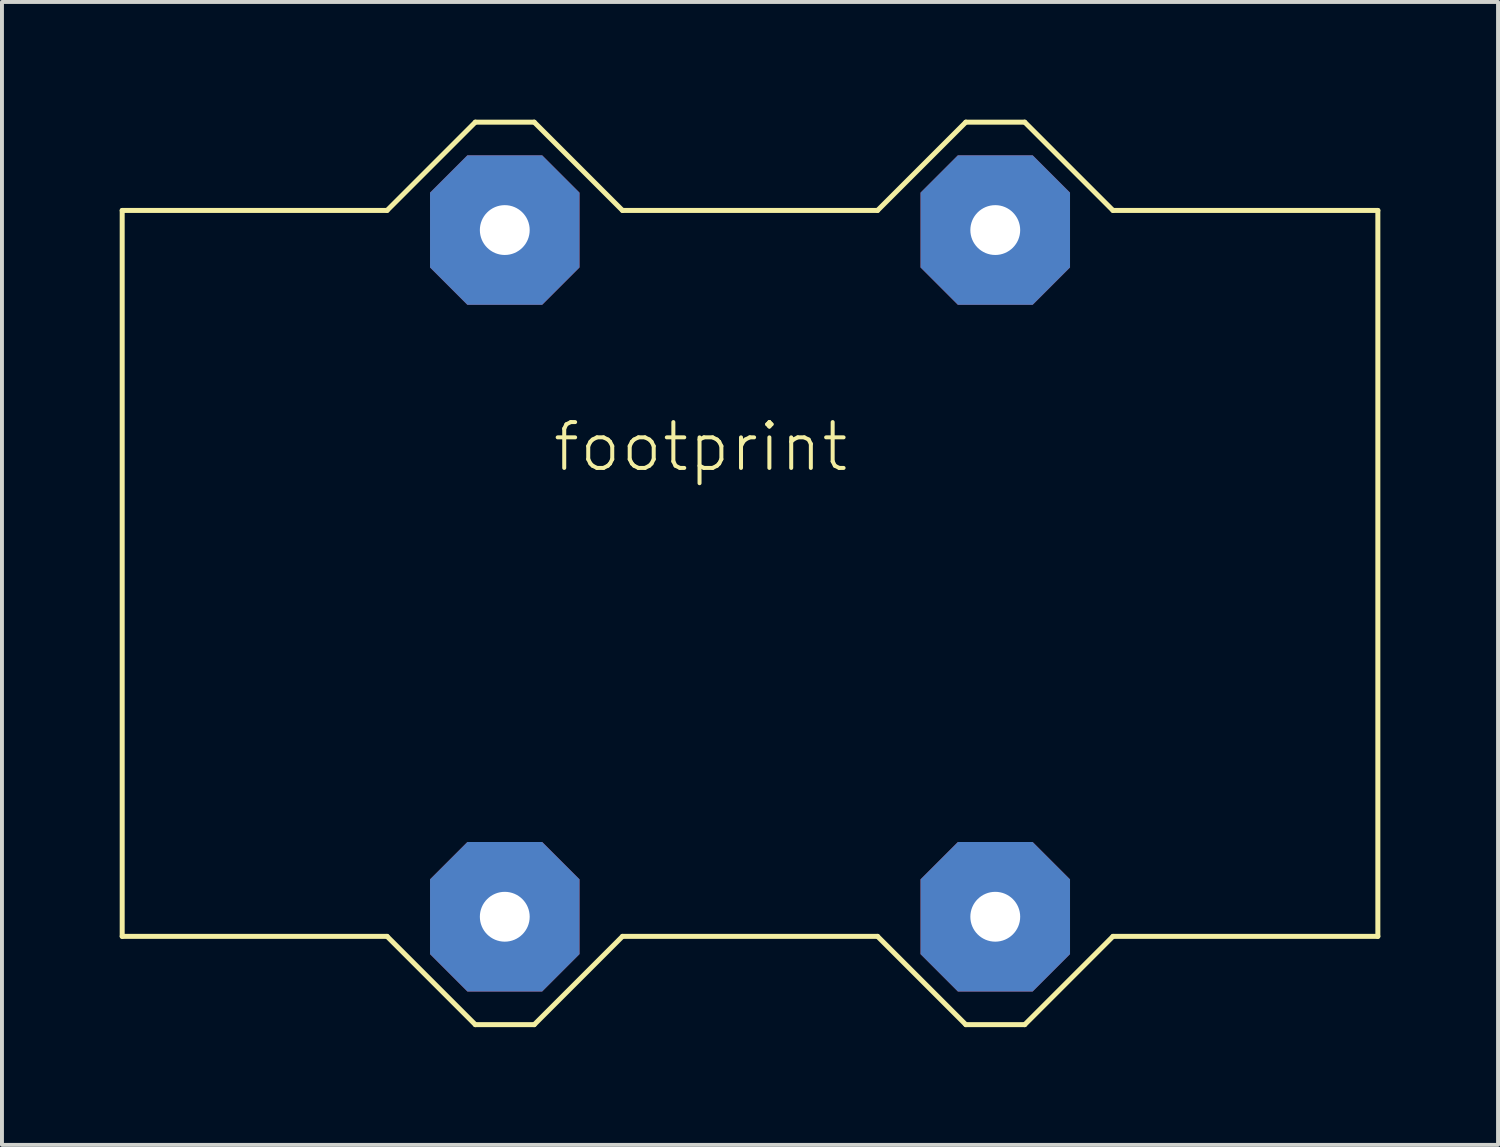
<source format=kicad_pcb>
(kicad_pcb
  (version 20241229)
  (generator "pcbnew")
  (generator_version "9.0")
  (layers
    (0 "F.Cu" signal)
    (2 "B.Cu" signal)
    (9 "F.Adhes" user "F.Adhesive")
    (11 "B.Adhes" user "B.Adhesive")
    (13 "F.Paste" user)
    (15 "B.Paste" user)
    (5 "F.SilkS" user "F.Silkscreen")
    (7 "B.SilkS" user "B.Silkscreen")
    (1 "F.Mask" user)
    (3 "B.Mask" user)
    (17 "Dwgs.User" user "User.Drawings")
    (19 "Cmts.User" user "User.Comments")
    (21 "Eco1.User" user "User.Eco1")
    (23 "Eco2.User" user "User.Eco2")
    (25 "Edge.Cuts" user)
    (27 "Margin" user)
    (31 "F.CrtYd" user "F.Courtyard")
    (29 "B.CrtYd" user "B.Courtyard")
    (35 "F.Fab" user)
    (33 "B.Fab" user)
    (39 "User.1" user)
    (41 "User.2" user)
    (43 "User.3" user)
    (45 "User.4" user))
  (footprint "footprint"
    (layer "F.Cu")
    (at 16.064 11.563)
    (property "Reference" "footprint" (at -5.08 -2.54 0) (layer "F.SilkS") (effects (font (size 1.168 1.168) (thickness 0.102)) (justify left bottom)))
    (fp_line (start -16 -9.25) (end -9.25 -9.25) (stroke (width 0.127) (type solid)) (layer "F.SilkS"))
    (fp_line (start -16 9.25) (end -16 -9.25) (stroke (width 0.127) (type solid)) (layer "F.SilkS"))
    (fp_line (start -9.25 -9.25) (end -7 -11.5) (stroke (width 0.127) (type solid)) (layer "F.SilkS"))
    (fp_line (start -9.25 9.25) (end -16 9.25) (stroke (width 0.127) (type solid)) (layer "F.SilkS"))
    (fp_line (start -7 -11.5) (end -5.5 -11.5) (stroke (width 0.127) (type solid)) (layer "F.SilkS"))
    (fp_line (start -7 11.5) (end -9.25 9.25) (stroke (width 0.127) (type solid)) (layer "F.SilkS"))
    (fp_line (start -5.5 -11.5) (end -3.25 -9.25) (stroke (width 0.127) (type solid)) (layer "F.SilkS"))
    (fp_line (start -5.5 11.5) (end -7 11.5) (stroke (width 0.127) (type solid)) (layer "F.SilkS"))
    (fp_line (start -3.25 -9.25) (end 3.25 -9.25) (stroke (width 0.127) (type solid)) (layer "F.SilkS"))
    (fp_line (start -3.25 9.25) (end -5.5 11.5) (stroke (width 0.127) (type solid)) (layer "F.SilkS"))
    (fp_line (start 3.25 -9.25) (end 5.5 -11.5) (stroke (width 0.127) (type solid)) (layer "F.SilkS"))
    (fp_line (start 3.25 9.25) (end -3.25 9.25) (stroke (width 0.127) (type solid)) (layer "F.SilkS"))
    (fp_line (start 5.5 -11.5) (end 7 -11.5) (stroke (width 0.127) (type solid)) (layer "F.SilkS"))
    (fp_line (start 5.5 11.5) (end 3.25 9.25) (stroke (width 0.127) (type solid)) (layer "F.SilkS"))
    (fp_line (start 7 -11.5) (end 9.25 -9.25) (stroke (width 0.127) (type solid)) (layer "F.SilkS"))
    (fp_line (start 7 11.5) (end 5.5 11.5) (stroke (width 0.127) (type solid)) (layer "F.SilkS"))
    (fp_line (start 9.25 -9.25) (end 16 -9.25) (stroke (width 0.127) (type solid)) (layer "F.SilkS"))
    (fp_line (start 9.25 9.25) (end 7 11.5) (stroke (width 0.127) (type solid)) (layer "F.SilkS"))
    (fp_line (start 16 -9.25) (end 16 9.25) (stroke (width 0.127) (type solid)) (layer "F.SilkS"))
    (fp_line (start 16 9.25) (end 9.25 9.25) (stroke (width 0.127) (type solid)) (layer "F.SilkS"))
    (pad "1" thru_hole roundrect (at -6.25 -8.75) (size 3.81 3.81) (drill 1.27) (layers "*.Cu" "*.Mask") (roundrect_rratio 0.25) (chamfer_ratio 0.25) (chamfer top_left top_right bottom_left bottom_right))
    (pad "2" thru_hole roundrect (at -6.25 8.75) (size 3.81 3.81) (drill 1.27) (layers "*.Cu" "*.Mask") (roundrect_rratio 0.25) (chamfer_ratio 0.25) (chamfer top_left top_right bottom_left bottom_right))
    (pad "3" thru_hole roundrect (at 6.25 -8.75) (size 3.81 3.81) (drill 1.27) (layers "*.Cu" "*.Mask") (roundrect_rratio 0.25) (chamfer_ratio 0.25) (chamfer top_left top_right bottom_left bottom_right))
    (pad "4" thru_hole roundrect (at 6.25 8.75) (size 3.81 3.81) (drill 1.27) (layers "*.Cu" "*.Mask") (roundrect_rratio 0.25) (chamfer_ratio 0.25) (chamfer top_left top_right bottom_left bottom_right)))
  (gr_rect
    (start -3 -3)
    (end 35.127 26.127)
    (stroke (width 0.1) (type default))
    (fill no)
    (layer "Edge.Cuts")))
</source>
